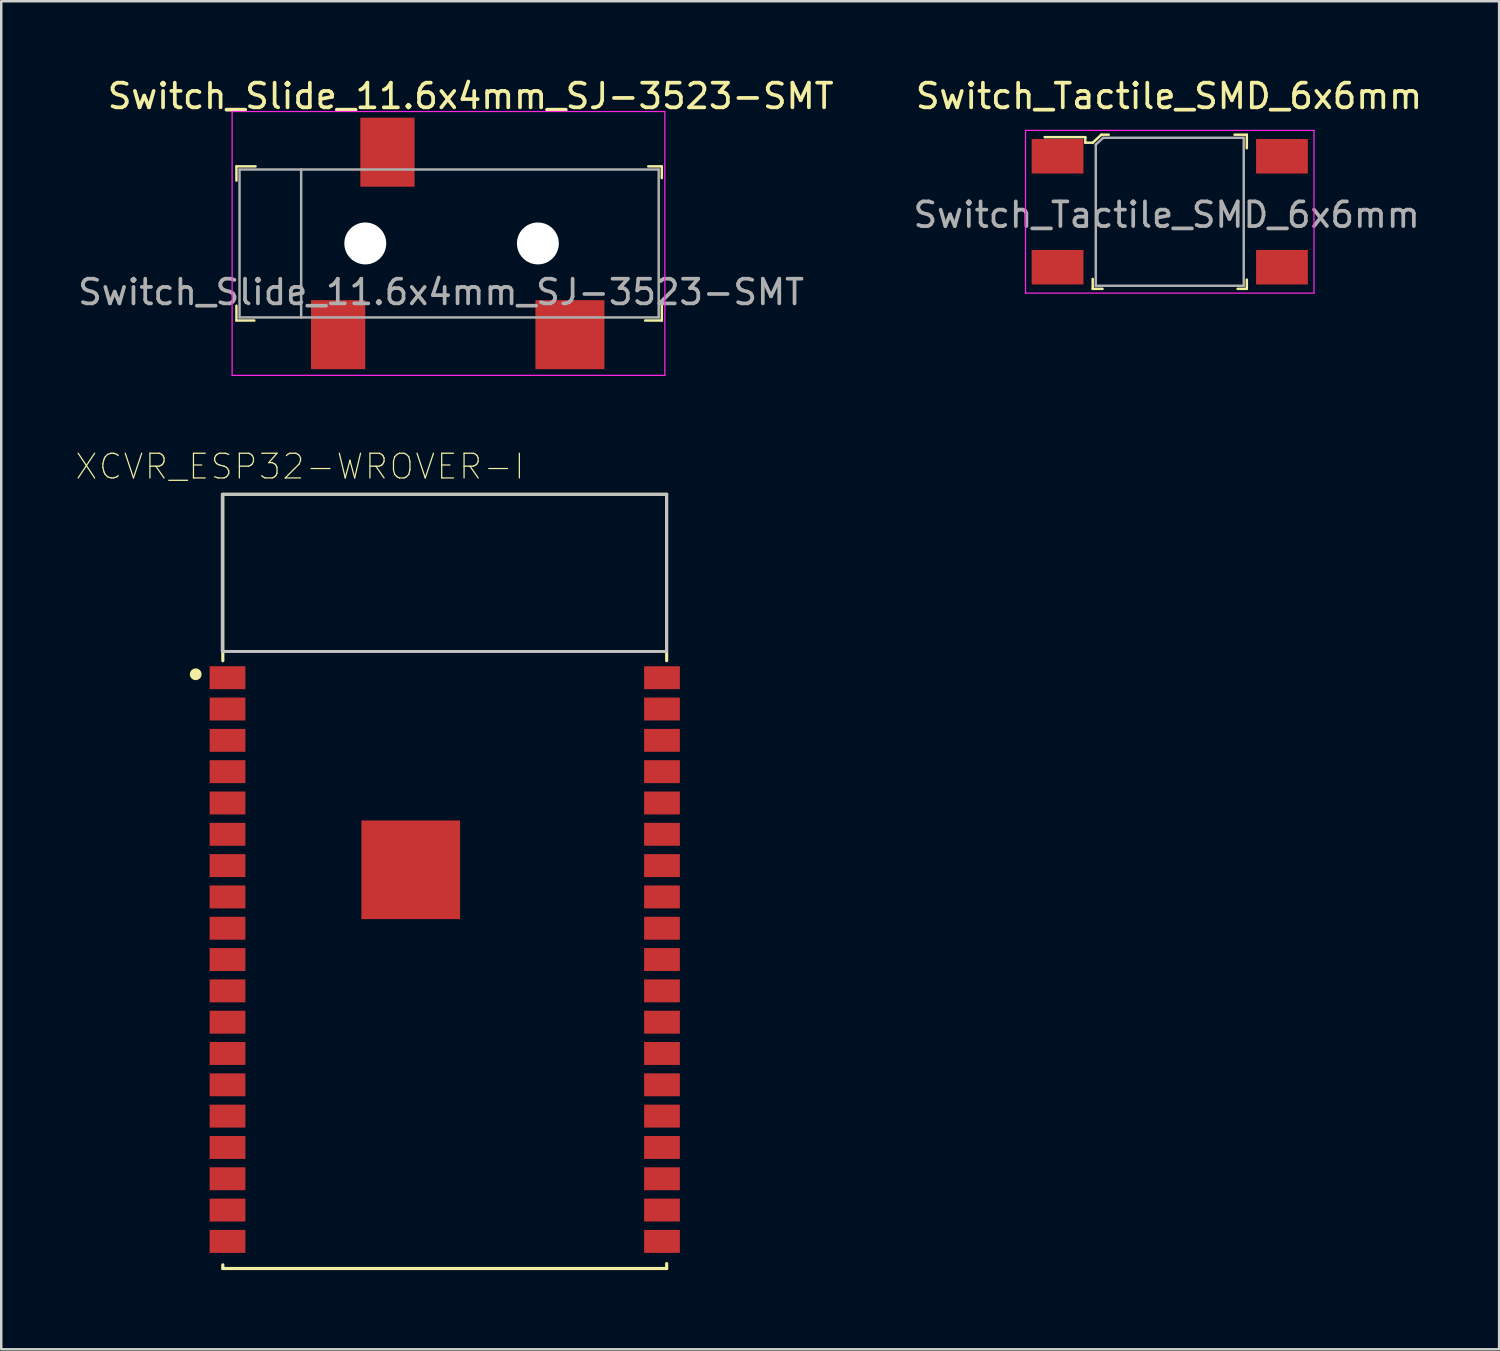
<source format=kicad_pcb>
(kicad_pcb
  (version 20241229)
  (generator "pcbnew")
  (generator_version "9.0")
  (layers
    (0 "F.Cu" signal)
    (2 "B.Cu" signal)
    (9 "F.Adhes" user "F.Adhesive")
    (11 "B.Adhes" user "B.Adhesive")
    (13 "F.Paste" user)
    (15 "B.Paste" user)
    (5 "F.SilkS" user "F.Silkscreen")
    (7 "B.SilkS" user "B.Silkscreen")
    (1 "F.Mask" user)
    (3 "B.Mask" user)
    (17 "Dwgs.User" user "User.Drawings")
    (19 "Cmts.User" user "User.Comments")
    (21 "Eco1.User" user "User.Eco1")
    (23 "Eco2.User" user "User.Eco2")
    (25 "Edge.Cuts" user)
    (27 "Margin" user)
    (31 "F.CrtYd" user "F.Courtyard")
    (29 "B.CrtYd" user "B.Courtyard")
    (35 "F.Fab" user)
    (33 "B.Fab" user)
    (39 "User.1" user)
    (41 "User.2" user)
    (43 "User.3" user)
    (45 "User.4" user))
  (footprint "XCVR_ESP32-WROVER-I"
    (layer "F.Cu")
    (at 14.987 32.695)
    (property "Reference" "XCVR_ESP32-WROVER-I" (at -5.873 -16.823 0) (layer "F.SilkS") (effects (font (size 1.002 1.002) (thickness 0.05))))
    (attr smd)
    (fp_line (start -9 -15.7) (end 9 -15.7) (stroke (width 0.127) (type solid)) (layer "F.SilkS"))
    (fp_line (start -9 -8.95) (end -9 -15.7) (stroke (width 0.127) (type solid)) (layer "F.SilkS"))
    (fp_line (start -9 15.55) (end -9 15.7) (stroke (width 0.127) (type solid)) (layer "F.SilkS"))
    (fp_line (start -9 15.7) (end 9 15.7) (stroke (width 0.127) (type solid)) (layer "F.SilkS"))
    (fp_line (start 9 -15.7) (end 9 -8.95) (stroke (width 0.127) (type solid)) (layer "F.SilkS"))
    (fp_line (start 9 15.7) (end 9 15.5) (stroke (width 0.127) (type solid)) (layer "F.SilkS"))
    (fp_circle (center -10.1 -8.4) (end -9.98 -8.4) (stroke (width 0.24) (type solid)) (fill no) (layer "F.SilkS"))
    (fp_poly (pts (xy -2.648 -1.735) (xy -0.115 -1.735) (xy -0.115 0.796) (xy -2.648 0.796)) (stroke (width 0) (type solid)) (fill yes) (layer "F.Paste"))
    (fp_poly (pts (xy -9.03 -15.7) (xy 9 -15.7) (xy 9 -9.331) (xy -9.03 -9.331)) (stroke (width 0.1) (type solid)) (fill no) (layer "Dwgs.User"))
    (fp_poly (pts (xy -9.029 -15.7) (xy 9 -15.7) (xy 9 -9.33) (xy -9.029 -9.33)) (stroke (width 0.1) (type solid)) (fill no) (layer "Dwgs.User"))
    (fp_poly (pts (xy -9.023 -15.7) (xy 9 -15.7) (xy 9 -9.324) (xy -9.023 -9.324)) (stroke (width 0.1) (type solid)) (fill no) (layer "Dwgs.User"))
    (fp_line (start -9.8 -15.95) (end 9.8 -15.95) (stroke (width 0.05) (type solid)) (layer "Eco1.User"))
    (fp_line (start -9.8 15.95) (end -9.8 -15.95) (stroke (width 0.05) (type solid)) (layer "Eco1.User"))
    (fp_line (start 9.8 -15.95) (end 9.8 15.95) (stroke (width 0.05) (type solid)) (layer "Eco1.User"))
    (fp_line (start 9.8 15.95) (end -9.8 15.95) (stroke (width 0.05) (type solid)) (layer "Eco1.User"))
    (fp_line (start -9 -15.7) (end 9 -15.7) (stroke (width 0.127) (type solid)) (layer "Eco2.User"))
    (fp_line (start -9 15.7) (end -9 -15.7) (stroke (width 0.127) (type solid)) (layer "Eco2.User"))
    (fp_line (start 9 -15.7) (end 9 15.7) (stroke (width 0.127) (type solid)) (layer "Eco2.User"))
    (fp_line (start 9 15.7) (end -9 15.7) (stroke (width 0.127) (type solid)) (layer "Eco2.User"))
    (pad "1" smd rect (at -8.81 -8.26) (size 1.45 0.93) (layers "F.Cu" "F.Mask" "F.Paste"))
    (pad "2" smd rect (at -8.81 -6.99) (size 1.45 0.93) (layers "F.Cu" "F.Mask" "F.Paste"))
    (pad "3" smd rect (at -8.81 -5.72) (size 1.45 0.93) (layers "F.Cu" "F.Mask" "F.Paste"))
    (pad "4" smd rect (at -8.81 -4.45) (size 1.45 0.93) (layers "F.Cu" "F.Mask" "F.Paste"))
    (pad "5" smd rect (at -8.81 -3.18) (size 1.45 0.93) (layers "F.Cu" "F.Mask" "F.Paste"))
    (pad "6" smd rect (at -8.81 -1.91) (size 1.45 0.93) (layers "F.Cu" "F.Mask" "F.Paste"))
    (pad "7" smd rect (at -8.81 -0.64) (size 1.45 0.93) (layers "F.Cu" "F.Mask" "F.Paste"))
    (pad "8" smd rect (at -8.81 0.63) (size 1.45 0.93) (layers "F.Cu" "F.Mask" "F.Paste"))
    (pad "9" smd rect (at -8.81 1.9) (size 1.45 0.93) (layers "F.Cu" "F.Mask" "F.Paste"))
    (pad "10" smd rect (at -8.81 3.17) (size 1.45 0.93) (layers "F.Cu" "F.Mask" "F.Paste"))
    (pad "11" smd rect (at -8.81 4.44) (size 1.45 0.93) (layers "F.Cu" "F.Mask" "F.Paste"))
    (pad "12" smd rect (at -8.81 5.71) (size 1.45 0.93) (layers "F.Cu" "F.Mask" "F.Paste"))
    (pad "13" smd rect (at -8.81 6.98) (size 1.45 0.93) (layers "F.Cu" "F.Mask" "F.Paste"))
    (pad "14" smd rect (at -8.81 8.25) (size 1.45 0.93) (layers "F.Cu" "F.Mask" "F.Paste"))
    (pad "15" smd rect (at -8.81 9.52) (size 1.45 0.93) (layers "F.Cu" "F.Mask" "F.Paste"))
    (pad "16" smd rect (at -8.81 10.79) (size 1.45 0.93) (layers "F.Cu" "F.Mask" "F.Paste"))
    (pad "17" smd rect (at -8.81 12.06) (size 1.45 0.93) (layers "F.Cu" "F.Mask" "F.Paste"))
    (pad "18" smd rect (at -8.81 13.33) (size 1.45 0.93) (layers "F.Cu" "F.Mask" "F.Paste"))
    (pad "19" smd rect (at -8.81 14.6) (size 1.45 0.93) (layers "F.Cu" "F.Mask" "F.Paste"))
    (pad "20" smd rect (at 8.81 14.6 180) (size 1.45 0.93) (layers "F.Cu" "F.Mask" "F.Paste"))
    (pad "21" smd rect (at 8.81 13.33 180) (size 1.45 0.93) (layers "F.Cu" "F.Mask" "F.Paste"))
    (pad "22" smd rect (at 8.81 12.06 180) (size 1.45 0.93) (layers "F.Cu" "F.Mask" "F.Paste"))
    (pad "23" smd rect (at 8.81 10.79 180) (size 1.45 0.93) (layers "F.Cu" "F.Mask" "F.Paste"))
    (pad "24" smd rect (at 8.81 9.52 180) (size 1.45 0.93) (layers "F.Cu" "F.Mask" "F.Paste"))
    (pad "25" smd rect (at 8.81 8.25 180) (size 1.45 0.93) (layers "F.Cu" "F.Mask" "F.Paste"))
    (pad "26" smd rect (at 8.81 6.98 180) (size 1.45 0.93) (layers "F.Cu" "F.Mask" "F.Paste"))
    (pad "27" smd rect (at 8.81 5.71 180) (size 1.45 0.93) (layers "F.Cu" "F.Mask" "F.Paste"))
    (pad "28" smd rect (at 8.81 4.44 180) (size 1.45 0.93) (layers "F.Cu" "F.Mask" "F.Paste"))
    (pad "29" smd rect (at 8.81 3.17 180) (size 1.45 0.93) (layers "F.Cu" "F.Mask" "F.Paste"))
    (pad "30" smd rect (at 8.81 1.9 180) (size 1.45 0.93) (layers "F.Cu" "F.Mask" "F.Paste"))
    (pad "31" smd rect (at 8.81 0.63 180) (size 1.45 0.93) (layers "F.Cu" "F.Mask" "F.Paste"))
    (pad "32" smd rect (at 8.81 -0.64 180) (size 1.45 0.93) (layers "F.Cu" "F.Mask" "F.Paste"))
    (pad "33" smd rect (at 8.81 -1.91 180) (size 1.45 0.93) (layers "F.Cu" "F.Mask" "F.Paste"))
    (pad "34" smd rect (at 8.81 -3.18 180) (size 1.45 0.93) (layers "F.Cu" "F.Mask" "F.Paste"))
    (pad "35" smd rect (at 8.81 -4.45 180) (size 1.45 0.93) (layers "F.Cu" "F.Mask" "F.Paste"))
    (pad "36" smd rect (at 8.81 -5.72 180) (size 1.45 0.93) (layers "F.Cu" "F.Mask" "F.Paste"))
    (pad "37" smd rect (at 8.81 -6.99 180) (size 1.45 0.93) (layers "F.Cu" "F.Mask" "F.Paste"))
    (pad "38" smd rect (at 8.81 -8.26 180) (size 1.45 0.93) (layers "F.Cu" "F.Mask" "F.Paste"))
    (pad "39" smd rect (at -1.38 -0.47) (size 4 4) (layers "F.Cu" "F.Mask" "F.Paste")))
  (footprint "Switch_Slide_11.6x4mm_SJ-3523-SMT"
    (layer "F.Cu")
    (at 12.664 6.823)
    (property "Reference" "Switch_Slide_11.6x4mm_SJ-3523-SMT" (at 3.375 -5.975 0) (layer "F.SilkS") (effects (font (size 1 1) (thickness 0.15))))
    (attr through_hole)
    (fp_line (start -6.125 -3.125) (end -6.125 -2.55) (stroke (width 0.1) (type solid)) (layer "F.SilkS"))
    (fp_line (start -6.125 2.525) (end -6.125 3.125) (stroke (width 0.1) (type solid)) (layer "F.SilkS"))
    (fp_line (start -6.125 3.125) (end -5.4 3.125) (stroke (width 0.1) (type solid)) (layer "F.SilkS"))
    (fp_line (start -5.35 -3.125) (end -6.125 -3.125) (stroke (width 0.1) (type solid)) (layer "F.SilkS"))
    (fp_line (start 10.575 -3.125) (end 11.125 -3.125) (stroke (width 0.1) (type solid)) (layer "F.SilkS"))
    (fp_line (start 11.125 -3.125) (end 11.125 -2.65) (stroke (width 0.1) (type solid)) (layer "F.SilkS"))
    (fp_line (start 11.125 2.525) (end 11.125 3.125) (stroke (width 0.1) (type solid)) (layer "F.SilkS"))
    (fp_line (start 11.125 3.125) (end 10.45 3.125) (stroke (width 0.1) (type solid)) (layer "F.SilkS"))
    (fp_line (start -6.3 -5.35) (end -6.3 5.35) (stroke (width 0.05) (type solid)) (layer "F.CrtYd"))
    (fp_line (start -6.3 -5.35) (end 11.25 -5.35) (stroke (width 0.05) (type solid)) (layer "F.CrtYd"))
    (fp_line (start -6.3 5.35) (end 11.25 5.35) (stroke (width 0.05) (type solid)) (layer "F.CrtYd"))
    (fp_line (start 11.25 5.35) (end 11.25 -5.35) (stroke (width 0.05) (type solid)) (layer "F.CrtYd"))
    (fp_line (start -6 -3) (end -6 3) (stroke (width 0.1) (type solid)) (layer "F.Fab"))
    (fp_line (start -3.5 -3) (end -3.5 3) (stroke (width 0.1) (type solid)) (layer "F.Fab"))
    (fp_line (start 11 -3) (end -6 -3) (stroke (width 0.1) (type solid)) (layer "F.Fab"))
    (fp_line (start 11 -3) (end 11 3) (stroke (width 0.1) (type solid)) (layer "F.Fab"))
    (fp_line (start 11 3) (end -6 3) (stroke (width 0.1) (type solid)) (layer "F.Fab"))
    (fp_text user "${REFERENCE}" (at 2.175 1.975 0) (layer "F.Fab") (effects (font (size 1 1) (thickness 0.15))))
    (pad "" np_thru_hole circle (at -0.9 0) (size 1.7 1.7) (drill 1.7) (layers "*.Cu" "*.Mask"))
    (pad "" np_thru_hole circle (at 6.1 0) (size 1.7 1.7) (drill 1.7) (layers "*.Cu" "*.Mask"))
    (pad "1" smd rect (at -2 3.7) (size 2.2 2.8) (layers "F.Cu" "F.Mask" "F.Paste"))
    (pad "2" smd rect (at 7.4 3.7) (size 2.8 2.8) (layers "F.Cu" "F.Mask" "F.Paste"))
    (pad "3" smd rect (at 0 -3.7) (size 2.2 2.8) (layers "F.Cu" "F.Mask" "F.Paste")))
  (footprint "Switch_Tactile_SMD_6x6mm"
    (layer "F.Cu")
    (at 44.39 5.538)
    (property "Reference" "Switch_Tactile_SMD_6x6mm" (at -0.03 -4.69 0) (layer "F.SilkS") (effects (font (size 1 1) (thickness 0.15))))
    (attr through_hole)
    (fp_line (start -3.425 -3.025) (end -5.075 -3.025) (stroke (width 0.1) (type solid)) (layer "F.SilkS"))
    (fp_line (start -3.425 -2.8) (end -3.425 -3.025) (stroke (width 0.1) (type solid)) (layer "F.SilkS"))
    (fp_line (start -3.125 -2.8) (end -3.425 -2.8) (stroke (width 0.1) (type solid)) (layer "F.SilkS"))
    (fp_line (start -3.125 3.125) (end -3.125 2.725) (stroke (width 0.1) (type solid)) (layer "F.SilkS"))
    (fp_line (start -2.775 -3.125) (end -3.125 -2.8) (stroke (width 0.1) (type solid)) (layer "F.SilkS"))
    (fp_line (start -2.775 -3.125) (end -2.475 -3.125) (stroke (width 0.1) (type solid)) (layer "F.SilkS"))
    (fp_line (start -2.725 3.125) (end -3.125 3.125) (stroke (width 0.1) (type solid)) (layer "F.SilkS"))
    (fp_line (start 3.125 -3.125) (end 2.625 -3.125) (stroke (width 0.1) (type solid)) (layer "F.SilkS"))
    (fp_line (start 3.125 -2.575) (end 3.125 -3.125) (stroke (width 0.1) (type solid)) (layer "F.SilkS"))
    (fp_line (start 3.125 2.75) (end 3.125 3.125) (stroke (width 0.1) (type solid)) (layer "F.SilkS"))
    (fp_line (start 3.125 3.125) (end 2.75 3.125) (stroke (width 0.1) (type solid)) (layer "F.SilkS"))
    (fp_line (start -5.85 -3.3) (end 5.85 -3.3) (stroke (width 0.05) (type solid)) (layer "F.CrtYd"))
    (fp_line (start -5.85 3.3) (end -5.85 -3.3) (stroke (width 0.05) (type solid)) (layer "F.CrtYd"))
    (fp_line (start 5.85 -3.3) (end 5.85 3.3) (stroke (width 0.05) (type solid)) (layer "F.CrtYd"))
    (fp_line (start 5.85 3.3) (end -5.85 3.3) (stroke (width 0.05) (type solid)) (layer "F.CrtYd"))
    (fp_line (start -3 -2.725) (end -3 3) (stroke (width 0.1) (type solid)) (layer "F.Fab"))
    (fp_line (start -3 3) (end 3 3) (stroke (width 0.1) (type solid)) (layer "F.Fab"))
    (fp_line (start -2.7 -3) (end -3 -2.725) (stroke (width 0.1) (type solid)) (layer "F.Fab"))
    (fp_line (start -2.7 -3) (end 3 -3) (stroke (width 0.1) (type solid)) (layer "F.Fab"))
    (fp_line (start 3 3) (end 3 -3) (stroke (width 0.1) (type solid)) (layer "F.Fab"))
    (fp_text user "${REFERENCE}" (at -0.125 0.125 0) (layer "F.Fab") (effects (font (size 1 1) (thickness 0.15))))
    (pad "1" smd rect (at -4.55 -2.25 270) (size 1.4 2.1) (layers "F.Cu" "F.Mask" "F.Paste"))
    (pad "2" smd rect (at 4.55 -2.25 270) (size 1.4 2.1) (layers "F.Cu" "F.Mask" "F.Paste"))
    (pad "3" smd rect (at -4.55 2.25 270) (size 1.4 2.1) (layers "F.Cu" "F.Mask" "F.Paste"))
    (pad "4" smd rect (at 4.55 2.25 270) (size 1.4 2.1) (layers "F.Cu" "F.Mask" "F.Paste")))
  (gr_rect
    (start -3 -3)
    (end 57.747 51.67)
    (stroke (width 0.1) (type default))
    (fill no)
    (layer "Edge.Cuts")))
</source>
